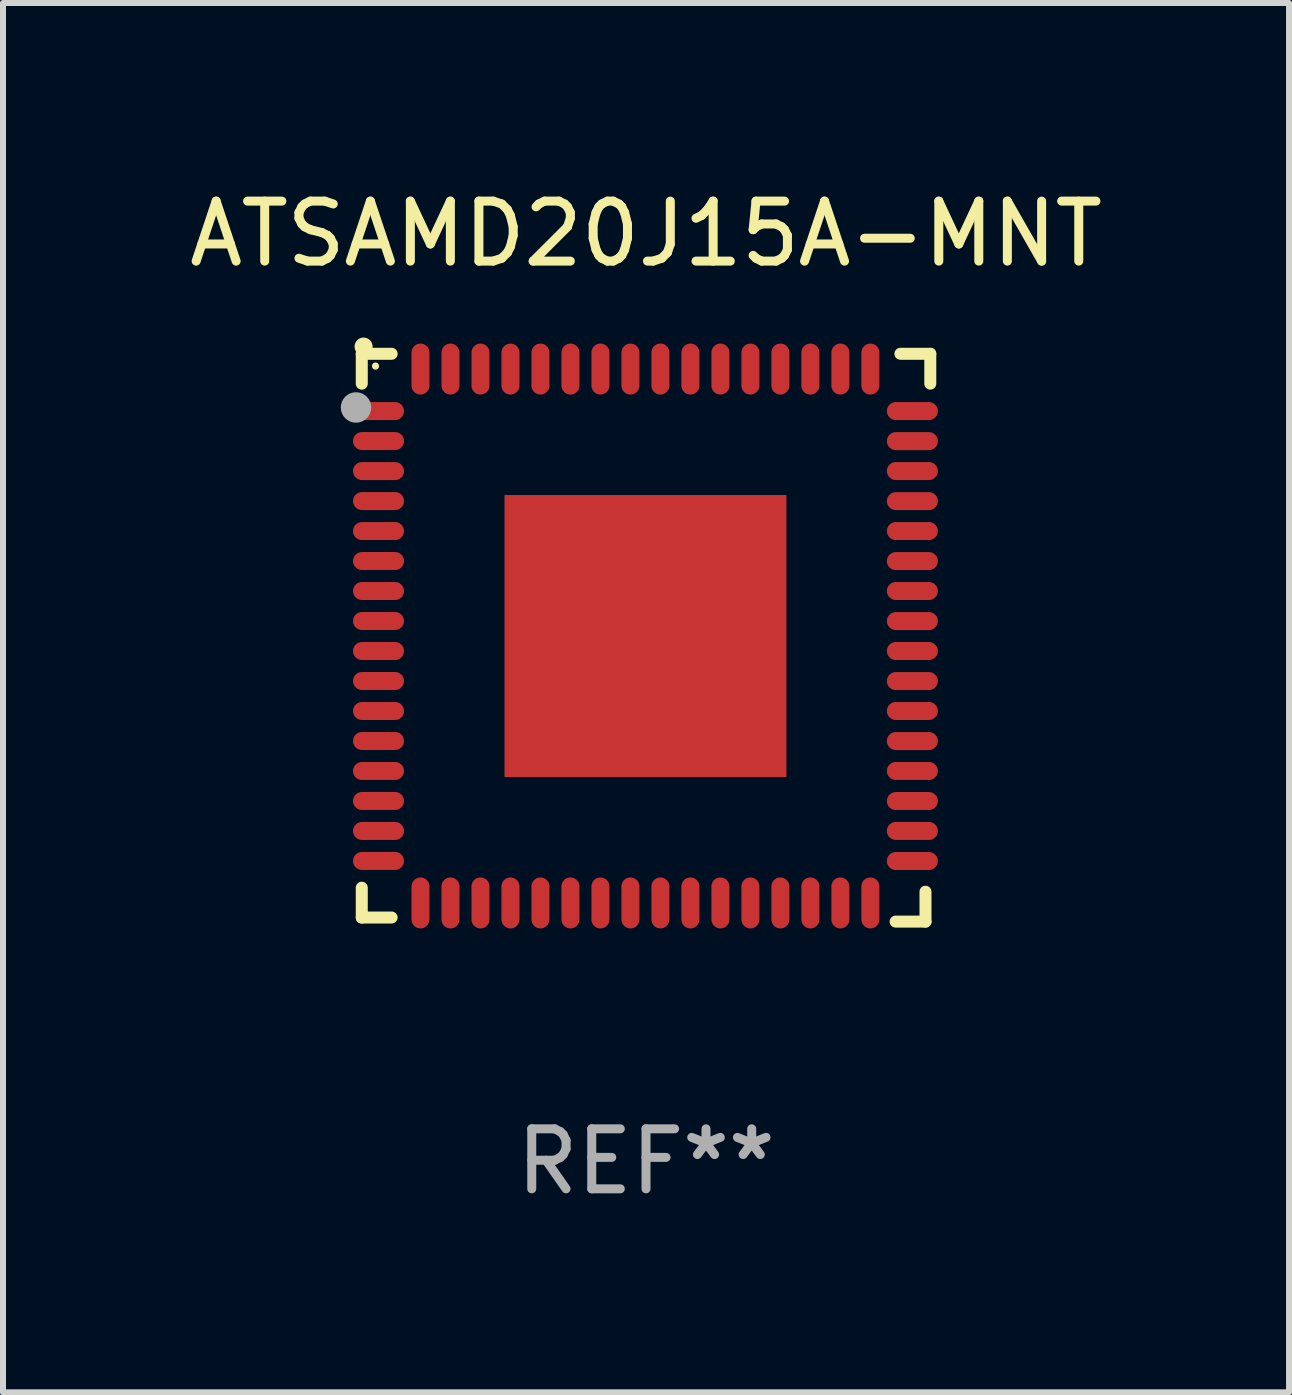
<source format=kicad_pcb>
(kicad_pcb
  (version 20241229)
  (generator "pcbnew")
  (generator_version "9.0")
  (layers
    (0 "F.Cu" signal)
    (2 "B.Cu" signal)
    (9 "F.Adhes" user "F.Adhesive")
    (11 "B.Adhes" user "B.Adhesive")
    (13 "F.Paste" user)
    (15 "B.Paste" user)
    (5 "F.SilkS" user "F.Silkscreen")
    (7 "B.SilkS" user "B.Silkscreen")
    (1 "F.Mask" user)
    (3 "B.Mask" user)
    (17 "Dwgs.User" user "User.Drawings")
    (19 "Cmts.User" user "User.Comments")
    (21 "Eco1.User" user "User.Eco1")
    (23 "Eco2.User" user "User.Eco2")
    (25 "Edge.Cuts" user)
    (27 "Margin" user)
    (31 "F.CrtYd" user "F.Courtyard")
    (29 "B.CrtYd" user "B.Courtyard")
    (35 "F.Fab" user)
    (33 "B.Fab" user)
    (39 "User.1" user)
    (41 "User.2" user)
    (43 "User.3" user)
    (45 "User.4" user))
  (footprint "ATSAMD20J15A-MNT"
    (layer "F.Cu")
    (at 7.72 7.581)
    (property "Reference" "ATSAMD20J15A-MNT" (at 0 -6.733 0) (layer "F.SilkS") (effects (font (size 1 1) (thickness 0.15))))
    (attr through_hole)
    (fp_line (start -4.739 -4.733) (end -4.241 -4.733) (stroke (width 0.2) (type solid)) (layer "F.SilkS"))
    (fp_line (start -4.739 -4.235) (end -4.739 -4.733) (stroke (width 0.2) (type solid)) (layer "F.SilkS"))
    (fp_line (start -4.739 4.168) (end -4.739 4.665) (stroke (width 0.2) (type solid)) (layer "F.SilkS"))
    (fp_line (start -4.739 4.665) (end -4.241 4.665) (stroke (width 0.2) (type solid)) (layer "F.SilkS"))
    (fp_line (start 4.161 4.733) (end 4.659 4.733) (stroke (width 0.2) (type solid)) (layer "F.SilkS"))
    (fp_line (start 4.241 -4.733) (end 4.739 -4.733) (stroke (width 0.2) (type solid)) (layer "F.SilkS"))
    (fp_line (start 4.659 4.733) (end 4.659 4.235) (stroke (width 0.2) (type solid)) (layer "F.SilkS"))
    (fp_line (start 4.739 -4.733) (end 4.739 -4.235) (stroke (width 0.2) (type solid)) (layer "F.SilkS"))
    (fp_arc (start -4.708623 -4.85108) (mid -4.708628 -4.85235) (end -4.708623 -4.85362) (stroke (width 0.3) (type solid)) (layer "F.SilkS"))
    (fp_circle (center -4.51 -4.528) (end -4.48 -4.528) (stroke (width 0.06) (type solid)) (fill no) (layer "F.SilkS"))
    (fp_circle (center -4.835 -3.838) (end -4.708 -3.838) (stroke (width 0.254) (type solid)) (fill no) (layer "F.Fab"))
    (fp_text user "REF**" (at 0 8.733 0) (layer "F.Fab") (effects (font (size 1 1) (thickness 0.15))))
    (pad "1" smd oval (at -4.46 -3.778) (size 0.85 0.3) (layers "F.Cu" "F.Mask" "F.Paste"))
    (pad "2" smd oval (at -4.46 -3.278) (size 0.85 0.3) (layers "F.Cu" "F.Mask" "F.Paste"))
    (pad "3" smd oval (at -4.46 -2.778) (size 0.85 0.3) (layers "F.Cu" "F.Mask" "F.Paste"))
    (pad "4" smd oval (at -4.46 -2.278) (size 0.85 0.3) (layers "F.Cu" "F.Mask" "F.Paste"))
    (pad "5" smd oval (at -4.46 -1.778) (size 0.85 0.3) (layers "F.Cu" "F.Mask" "F.Paste"))
    (pad "6" smd oval (at -4.46 -1.278) (size 0.85 0.3) (layers "F.Cu" "F.Mask" "F.Paste"))
    (pad "7" smd oval (at -4.46 -0.778) (size 0.85 0.3) (layers "F.Cu" "F.Mask" "F.Paste"))
    (pad "8" smd oval (at -4.46 -0.278) (size 0.85 0.3) (layers "F.Cu" "F.Mask" "F.Paste"))
    (pad "9" smd oval (at -4.46 0.222) (size 0.85 0.3) (layers "F.Cu" "F.Mask" "F.Paste"))
    (pad "10" smd oval (at -4.46 0.722) (size 0.85 0.3) (layers "F.Cu" "F.Mask" "F.Paste"))
    (pad "11" smd oval (at -4.46 1.222) (size 0.85 0.3) (layers "F.Cu" "F.Mask" "F.Paste"))
    (pad "12" smd oval (at -4.46 1.722) (size 0.85 0.3) (layers "F.Cu" "F.Mask" "F.Paste"))
    (pad "13" smd oval (at -4.46 2.222) (size 0.85 0.3) (layers "F.Cu" "F.Mask" "F.Paste"))
    (pad "14" smd oval (at -4.46 2.722) (size 0.85 0.3) (layers "F.Cu" "F.Mask" "F.Paste"))
    (pad "15" smd oval (at -4.46 3.222) (size 0.85 0.3) (layers "F.Cu" "F.Mask" "F.Paste"))
    (pad "16" smd oval (at -4.46 3.722) (size 0.85 0.3) (layers "F.Cu" "F.Mask" "F.Paste"))
    (pad "17" smd oval (at -3.76 4.422) (size 0.3 0.85) (layers "F.Cu" "F.Mask" "F.Paste"))
    (pad "18" smd oval (at -3.26 4.422) (size 0.3 0.85) (layers "F.Cu" "F.Mask" "F.Paste"))
    (pad "19" smd oval (at -2.76 4.422) (size 0.3 0.85) (layers "F.Cu" "F.Mask" "F.Paste"))
    (pad "20" smd oval (at -2.26 4.422) (size 0.3 0.85) (layers "F.Cu" "F.Mask" "F.Paste"))
    (pad "21" smd oval (at -1.76 4.422) (size 0.3 0.85) (layers "F.Cu" "F.Mask" "F.Paste"))
    (pad "22" smd oval (at -1.26 4.422) (size 0.3 0.85) (layers "F.Cu" "F.Mask" "F.Paste"))
    (pad "23" smd oval (at -0.76 4.422) (size 0.3 0.85) (layers "F.Cu" "F.Mask" "F.Paste"))
    (pad "24" smd oval (at -0.26 4.422) (size 0.3 0.85) (layers "F.Cu" "F.Mask" "F.Paste"))
    (pad "25" smd oval (at 0.24 4.422) (size 0.3 0.85) (layers "F.Cu" "F.Mask" "F.Paste"))
    (pad "26" smd oval (at 0.74 4.422) (size 0.3 0.85) (layers "F.Cu" "F.Mask" "F.Paste"))
    (pad "27" smd oval (at 1.24 4.422) (size 0.3 0.85) (layers "F.Cu" "F.Mask" "F.Paste"))
    (pad "28" smd oval (at 1.74 4.422) (size 0.3 0.85) (layers "F.Cu" "F.Mask" "F.Paste"))
    (pad "29" smd oval (at 2.24 4.422) (size 0.3 0.85) (layers "F.Cu" "F.Mask" "F.Paste"))
    (pad "30" smd oval (at 2.74 4.422) (size 0.3 0.85) (layers "F.Cu" "F.Mask" "F.Paste"))
    (pad "31" smd oval (at 3.24 4.422) (size 0.3 0.85) (layers "F.Cu" "F.Mask" "F.Paste"))
    (pad "32" smd oval (at 3.74 4.422) (size 0.3 0.85) (layers "F.Cu" "F.Mask" "F.Paste"))
    (pad "33" smd oval (at 4.44 3.723) (size 0.85 0.3) (layers "F.Cu" "F.Mask" "F.Paste"))
    (pad "34" smd oval (at 4.44 3.222) (size 0.85 0.3) (layers "F.Cu" "F.Mask" "F.Paste"))
    (pad "35" smd oval (at 4.44 2.723) (size 0.85 0.3) (layers "F.Cu" "F.Mask" "F.Paste"))
    (pad "36" smd oval (at 4.44 2.222) (size 0.85 0.3) (layers "F.Cu" "F.Mask" "F.Paste"))
    (pad "37" smd oval (at 4.44 1.723) (size 0.85 0.3) (layers "F.Cu" "F.Mask" "F.Paste"))
    (pad "38" smd oval (at 4.44 1.222) (size 0.85 0.3) (layers "F.Cu" "F.Mask" "F.Paste"))
    (pad "39" smd oval (at 4.44 0.723) (size 0.85 0.3) (layers "F.Cu" "F.Mask" "F.Paste"))
    (pad "40" smd oval (at 4.44 0.222) (size 0.85 0.3) (layers "F.Cu" "F.Mask" "F.Paste"))
    (pad "41" smd oval (at 4.44 -0.277) (size 0.85 0.3) (layers "F.Cu" "F.Mask" "F.Paste"))
    (pad "42" smd oval (at 4.44 -0.778) (size 0.85 0.3) (layers "F.Cu" "F.Mask" "F.Paste"))
    (pad "43" smd oval (at 4.44 -1.277) (size 0.85 0.3) (layers "F.Cu" "F.Mask" "F.Paste"))
    (pad "44" smd oval (at 4.44 -1.778) (size 0.85 0.3) (layers "F.Cu" "F.Mask" "F.Paste"))
    (pad "45" smd oval (at 4.44 -2.277) (size 0.85 0.3) (layers "F.Cu" "F.Mask" "F.Paste"))
    (pad "46" smd oval (at 4.44 -2.778) (size 0.85 0.3) (layers "F.Cu" "F.Mask" "F.Paste"))
    (pad "47" smd oval (at 4.44 -3.277) (size 0.85 0.3) (layers "F.Cu" "F.Mask" "F.Paste"))
    (pad "48" smd oval (at 4.44 -3.778) (size 0.85 0.3) (layers "F.Cu" "F.Mask" "F.Paste"))
    (pad "49" smd oval (at 3.74 -4.478) (size 0.3 0.85) (layers "F.Cu" "F.Mask" "F.Paste"))
    (pad "50" smd oval (at 3.24 -4.478) (size 0.3 0.85) (layers "F.Cu" "F.Mask" "F.Paste"))
    (pad "51" smd oval (at 2.74 -4.478) (size 0.3 0.85) (layers "F.Cu" "F.Mask" "F.Paste"))
    (pad "52" smd oval (at 2.24 -4.478) (size 0.3 0.85) (layers "F.Cu" "F.Mask" "F.Paste"))
    (pad "53" smd oval (at 1.74 -4.478) (size 0.3 0.85) (layers "F.Cu" "F.Mask" "F.Paste"))
    (pad "54" smd oval (at 1.24 -4.478) (size 0.3 0.85) (layers "F.Cu" "F.Mask" "F.Paste"))
    (pad "55" smd oval (at 0.74 -4.478) (size 0.3 0.85) (layers "F.Cu" "F.Mask" "F.Paste"))
    (pad "56" smd oval (at 0.24 -4.478) (size 0.3 0.85) (layers "F.Cu" "F.Mask" "F.Paste"))
    (pad "57" smd oval (at -0.26 -4.478) (size 0.3 0.85) (layers "F.Cu" "F.Mask" "F.Paste"))
    (pad "58" smd oval (at -0.76 -4.478) (size 0.3 0.85) (layers "F.Cu" "F.Mask" "F.Paste"))
    (pad "59" smd oval (at -1.26 -4.478) (size 0.3 0.85) (layers "F.Cu" "F.Mask" "F.Paste"))
    (pad "60" smd oval (at -1.76 -4.478) (size 0.3 0.85) (layers "F.Cu" "F.Mask" "F.Paste"))
    (pad "61" smd oval (at -2.26 -4.478) (size 0.3 0.85) (layers "F.Cu" "F.Mask" "F.Paste"))
    (pad "62" smd oval (at -2.76 -4.478) (size 0.3 0.85) (layers "F.Cu" "F.Mask" "F.Paste"))
    (pad "63" smd oval (at -3.26 -4.478) (size 0.3 0.85) (layers "F.Cu" "F.Mask" "F.Paste"))
    (pad "64" smd oval (at -3.76 -4.478) (size 0.3 0.85) (layers "F.Cu" "F.Mask" "F.Paste"))
    (pad "65" smd rect (at -0.009 -0.028 90) (size 4.7 4.7) (layers "F.Cu" "F.Mask" "F.Paste")))
  (gr_rect
    (start -3 -3)
    (end 18.44 20.162)
    (stroke (width 0.1) (type default))
    (fill no)
    (layer "Edge.Cuts")))
</source>
